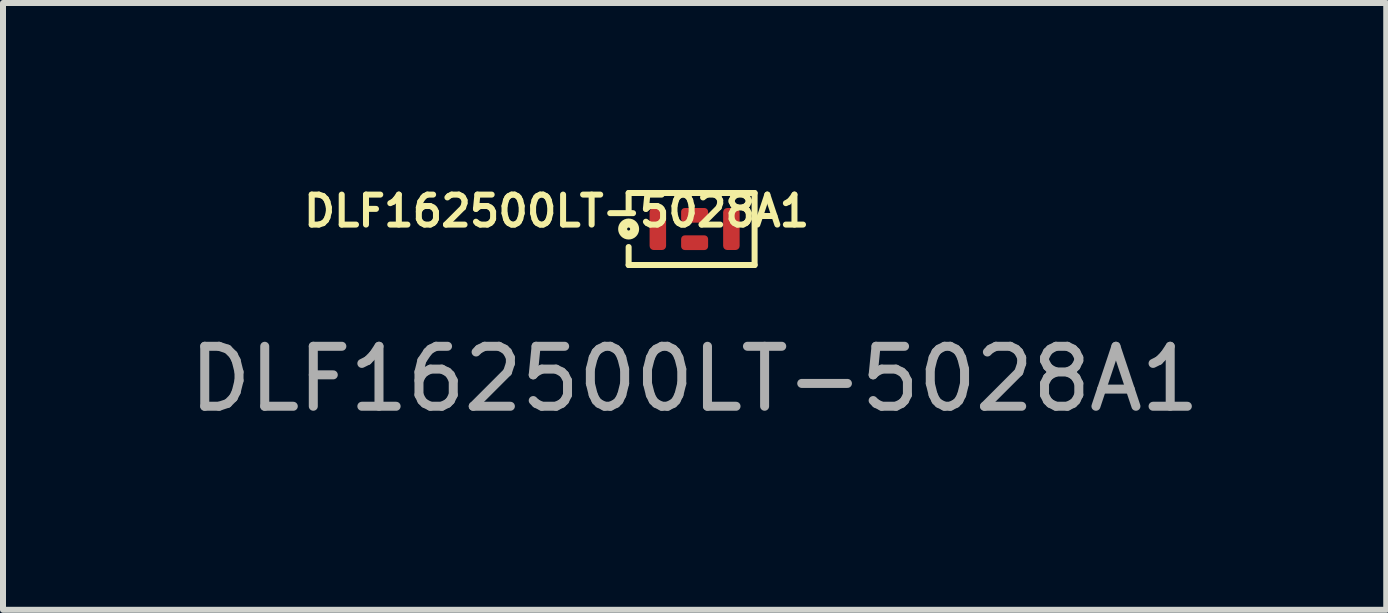
<source format=kicad_pcb>
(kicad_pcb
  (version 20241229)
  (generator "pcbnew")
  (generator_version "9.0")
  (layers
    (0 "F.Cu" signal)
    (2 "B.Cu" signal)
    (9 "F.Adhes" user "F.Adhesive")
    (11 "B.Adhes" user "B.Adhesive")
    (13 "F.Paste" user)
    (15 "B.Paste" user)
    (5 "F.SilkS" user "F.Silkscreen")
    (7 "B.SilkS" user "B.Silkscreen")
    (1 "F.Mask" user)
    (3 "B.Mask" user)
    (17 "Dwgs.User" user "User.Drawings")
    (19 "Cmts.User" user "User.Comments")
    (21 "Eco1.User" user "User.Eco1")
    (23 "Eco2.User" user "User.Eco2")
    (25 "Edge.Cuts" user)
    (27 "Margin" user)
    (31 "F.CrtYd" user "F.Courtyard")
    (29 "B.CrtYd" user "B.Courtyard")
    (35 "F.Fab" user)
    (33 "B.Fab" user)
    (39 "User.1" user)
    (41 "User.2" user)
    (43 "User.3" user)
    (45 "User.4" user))
  (footprint "DLF162500LT-5028A1"
    (layer "F.Cu")
    (at 8.53 0.768)
    (property "Reference" "DLF162500LT-5028A1" (at -2.3 -0.3 0) (unlocked yes) (layer "F.SilkS") (effects (font (size 0.5 0.5) (thickness 0.1))))
    (attr smd)
    (fp_line (start -1.1 -0.6) (end 1 -0.6) (stroke (width 0.1) (type default)) (layer "F.SilkS"))
    (fp_line (start -1.1 -0.3) (end -1.1 -0.6) (stroke (width 0.1) (type default)) (layer "F.SilkS"))
    (fp_line (start -1.1 0.6) (end -1.1 0.3) (stroke (width 0.1) (type default)) (layer "F.SilkS"))
    (fp_line (start 1 -0.6) (end 1 0.6) (stroke (width 0.1) (type default)) (layer "F.SilkS"))
    (fp_line (start 1 0.6) (end -1.1 0.6) (stroke (width 0.1) (type default)) (layer "F.SilkS"))
    (fp_circle (center -1.1 0) (end -1 0) (stroke (width 0.15) (type default)) (fill no) (layer "F.SilkS"))
    (fp_text user "${REFERENCE}" (at 0 2.5 0) (unlocked yes) (layer "F.Fab") (effects (font (size 1 1) (thickness 0.15))))
    (pad "1" smd roundrect (at -0.613 0) (size 0.275 0.7) (layers "F.Cu" "F.Mask" "F.Paste") (roundrect_rratio 0.25))
    (pad "2" smd roundrect (at 0 0.228) (size 0.45 0.245) (layers "F.Cu" "F.Mask" "F.Paste") (roundrect_rratio 0.25))
    (pad "3" smd roundrect (at 0.613 0) (size 0.275 0.7) (layers "F.Cu" "F.Mask" "F.Paste") (roundrect_rratio 0.25))
    (pad "4" smd roundrect (at 0 -0.228) (size 0.45 0.245) (layers "F.Cu" "F.Mask" "F.Paste") (roundrect_rratio 0.25)))
  (gr_rect
    (start -3 -3)
    (end 20.06 7.116)
    (stroke (width 0.1) (type default))
    (fill no)
    (layer "Edge.Cuts")))
</source>
